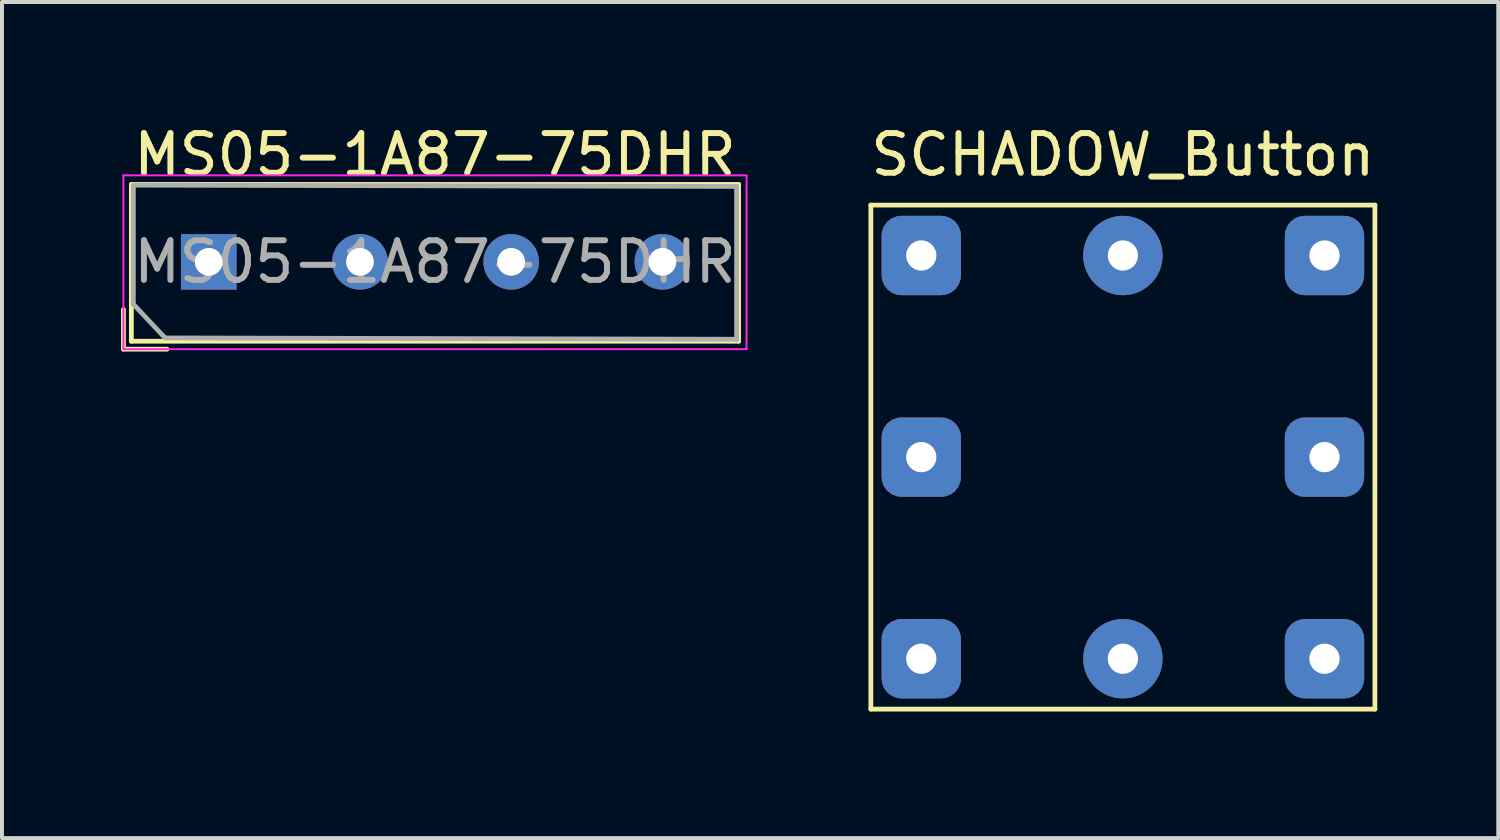
<source format=kicad_pcb>
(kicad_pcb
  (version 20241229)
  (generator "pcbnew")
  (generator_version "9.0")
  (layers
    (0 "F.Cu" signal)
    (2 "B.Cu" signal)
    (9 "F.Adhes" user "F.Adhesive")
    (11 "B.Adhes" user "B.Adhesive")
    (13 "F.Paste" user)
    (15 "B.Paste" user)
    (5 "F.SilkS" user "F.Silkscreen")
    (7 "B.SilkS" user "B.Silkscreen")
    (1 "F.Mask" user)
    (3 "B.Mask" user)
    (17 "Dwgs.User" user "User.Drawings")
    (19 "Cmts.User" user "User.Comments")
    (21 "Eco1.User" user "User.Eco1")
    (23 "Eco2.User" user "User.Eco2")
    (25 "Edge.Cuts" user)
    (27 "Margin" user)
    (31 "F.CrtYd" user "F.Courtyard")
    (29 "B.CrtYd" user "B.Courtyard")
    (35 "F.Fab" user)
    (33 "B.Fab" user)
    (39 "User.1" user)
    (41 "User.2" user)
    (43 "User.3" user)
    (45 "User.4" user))
  (footprint "MS05-1A87-75DHR"
    (layer "F.Cu")
    (at 2.21 3.548)
    (property "Reference" "MS05-1A87-75DHR" (at 5.7 -2.7 0) (layer "F.SilkS") (effects (font (size 1 1) (thickness 0.15))))
    (attr through_hole)
    (fp_line (start -2.15 2.2) (end -2.15 1.2) (stroke (width 0.12) (type solid)) (layer "F.SilkS"))
    (fp_line (start -1.95 -1.95) (end 13.35 -1.95) (stroke (width 0.12) (type solid)) (layer "F.SilkS"))
    (fp_line (start -1.95 2) (end -1.95 -1.95) (stroke (width 0.12) (type solid)) (layer "F.SilkS"))
    (fp_line (start -1.05 2.2) (end -2.15 2.2) (stroke (width 0.12) (type solid)) (layer "F.SilkS"))
    (fp_line (start 13.35 -1.95) (end 13.35 2) (stroke (width 0.12) (type solid)) (layer "F.SilkS"))
    (fp_line (start 13.35 2) (end -1.95 2) (stroke (width 0.12) (type solid)) (layer "F.SilkS"))
    (fp_line (start -2.15 -2.18) (end -2.15 2.2) (stroke (width 0.05) (type solid)) (layer "F.CrtYd"))
    (fp_line (start -2.15 -2.18) (end 13.55 -2.18) (stroke (width 0.05) (type solid)) (layer "F.CrtYd"))
    (fp_line (start 13.55 2.2) (end -2.15 2.2) (stroke (width 0.05) (type solid)) (layer "F.CrtYd"))
    (fp_line (start 13.55 2.2) (end 13.55 -2.18) (stroke (width 0.05) (type solid)) (layer "F.CrtYd"))
    (fp_line (start -1.9 -1.933) (end 13.3 -1.9) (stroke (width 0.12) (type solid)) (layer "F.Fab"))
    (fp_line (start -1.9 1.067) (end -1.9 -1.9) (stroke (width 0.12) (type solid)) (layer "F.Fab"))
    (fp_line (start -1.1 1.917) (end -1.9 1.067) (stroke (width 0.12) (type solid)) (layer "F.Fab"))
    (fp_line (start 13.3 -1.9) (end 13.3 1.95) (stroke (width 0.12) (type solid)) (layer "F.Fab"))
    (fp_line (start 13.3 1.95) (end -1.1 1.917) (stroke (width 0.12) (type solid)) (layer "F.Fab"))
    (fp_text user "${REFERENCE}" (at 5.7 0 0) (layer "F.Fab") (effects (font (size 1 1) (thickness 0.15))))
    (pad "1" thru_hole rect (at 0 0) (size 1.4 1.4) (drill 0.7) (layers "*.Cu" "*.Mask"))
    (pad "2" thru_hole circle (at 3.81 0) (size 1.4 1.4) (drill 0.7) (layers "*.Cu" "*.Mask"))
    (pad "3" thru_hole circle (at 7.62 0) (size 1.4 1.4) (drill 0.7) (layers "*.Cu" "*.Mask"))
    (pad "4" thru_hole circle (at 11.43 0) (size 1.4 1.4) (drill 0.7) (layers "*.Cu" "*.Mask")))
  (footprint "SCHADOW_Button"
    (layer "F.Cu")
    (at 25.243 14.818)
    (property "Reference" "SCHADOW_Button" (at 0 -13.97 0) (layer "F.SilkS") (effects (font (size 1 1) (thickness 0.15))))
    (attr through_hole)
    (fp_line (start -6.35 -12.7) (end 6.35 -12.7) (stroke (width 0.12) (type solid)) (layer "F.SilkS"))
    (fp_line (start -6.35 0) (end -6.35 -12.7) (stroke (width 0.12) (type solid)) (layer "F.SilkS"))
    (fp_line (start 6.35 -12.7) (end 6.35 0) (stroke (width 0.12) (type solid)) (layer "F.SilkS"))
    (fp_line (start 6.35 0) (end -6.35 0) (stroke (width 0.12) (type solid)) (layer "F.SilkS"))
    (pad "1a" thru_hole roundrect (at -5.08 -11.43) (size 2 2) (drill 0.762) (layers "*.Cu" "*.Mask") (roundrect_rratio 0.25))
    (pad "1b" thru_hole roundrect (at 5.08 -11.43) (size 2 2) (drill 0.762) (layers "*.Cu" "*.Mask") (roundrect_rratio 0.25))
    (pad "2a" thru_hole roundrect (at -5.08 -6.35) (size 2 2) (drill 0.762) (layers "*.Cu" "*.Mask") (roundrect_rratio 0.25))
    (pad "2b" thru_hole roundrect (at 5.08 -6.35) (size 2 2) (drill 0.762) (layers "*.Cu" "*.Mask") (roundrect_rratio 0.25))
    (pad "3a" thru_hole roundrect (at -5.08 -1.27) (size 2 2) (drill 0.762) (layers "*.Cu" "*.Mask") (roundrect_rratio 0.25))
    (pad "3b" thru_hole roundrect (at 5.08 -1.27) (size 2 2) (drill 0.762) (layers "*.Cu" "*.Mask") (roundrect_rratio 0.25))
    (pad "x" thru_hole circle (at 0 -11.43) (size 2 2) (drill 0.762) (layers "*.Cu" "*.Mask"))
    (pad "y" thru_hole circle (at 0 -1.27) (size 2 2) (drill 0.762) (layers "*.Cu" "*.Mask")))
  (gr_rect
    (start -3 -3)
    (end 34.702 18.068)
    (stroke (width 0.1) (type default))
    (fill no)
    (layer "Edge.Cuts")))
</source>
